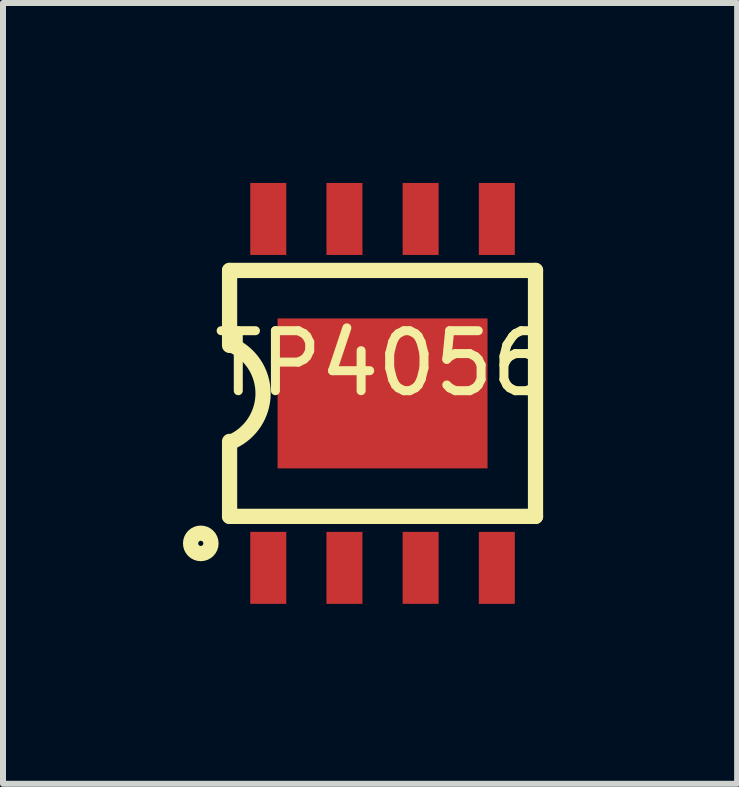
<source format=kicad_pcb>
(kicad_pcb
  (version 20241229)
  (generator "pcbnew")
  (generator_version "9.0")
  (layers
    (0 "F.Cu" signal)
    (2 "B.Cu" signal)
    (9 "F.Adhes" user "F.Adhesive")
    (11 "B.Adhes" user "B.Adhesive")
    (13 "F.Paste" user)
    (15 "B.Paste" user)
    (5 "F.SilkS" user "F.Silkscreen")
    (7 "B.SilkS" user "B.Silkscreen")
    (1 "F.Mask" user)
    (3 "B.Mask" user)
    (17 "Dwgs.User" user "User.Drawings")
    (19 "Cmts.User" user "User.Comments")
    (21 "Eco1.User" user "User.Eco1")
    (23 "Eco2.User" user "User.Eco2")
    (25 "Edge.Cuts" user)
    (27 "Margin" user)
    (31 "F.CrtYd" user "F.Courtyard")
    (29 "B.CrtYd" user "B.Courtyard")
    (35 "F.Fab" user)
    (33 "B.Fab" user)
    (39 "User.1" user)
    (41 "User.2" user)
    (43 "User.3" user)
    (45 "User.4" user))
  (footprint "TP4056"
    (layer "F.Cu")
    (at 3.327 3.508)
    (property "Reference" "TP4056" (at 0 -0.5 0) (unlocked yes) (layer "F.SilkS") (effects (font (size 1 1) (thickness 0.15))))
    (attr smd)
    (fp_line (start -2.55 -2.05) (end 2.55 -2.05) (stroke (width 0.254) (type solid)) (layer "F.SilkS"))
    (fp_line (start -2.55 -0.8) (end -2.55 -2.05) (stroke (width 0.254) (type solid)) (layer "F.SilkS"))
    (fp_line (start -2.55 0.8) (end -2.55 2.05) (stroke (width 0.254) (type solid)) (layer "F.SilkS"))
    (fp_line (start 2.55 -2.05) (end 2.55 2.05) (stroke (width 0.254) (type solid)) (layer "F.SilkS"))
    (fp_line (start 2.55 2.05) (end -2.55 2.05) (stroke (width 0.254) (type solid)) (layer "F.SilkS"))
    (fp_arc (start -2.5 -0.8) (mid -1.99147 -0.000219) (end -2.499604 0.799814) (stroke (width 0.254) (type solid)) (layer "F.SilkS"))
    (fp_circle (center -3.03 2.5) (end -2.86 2.5) (stroke (width 0.254) (type solid)) (fill no) (layer "F.SilkS"))
    (pad "1" smd rect (at -1.905 2.908) (size 0.6 1.2) (layers "F.Cu" "F.Mask" "F.Paste"))
    (pad "2" smd rect (at -0.635 2.908) (size 0.6 1.2) (layers "F.Cu" "F.Mask" "F.Paste"))
    (pad "3" smd rect (at 0.635 2.908) (size 0.6 1.2) (layers "F.Cu" "F.Mask" "F.Paste"))
    (pad "4" smd rect (at 1.905 2.908) (size 0.6 1.2) (layers "F.Cu" "F.Mask" "F.Paste"))
    (pad "5" smd rect (at 1.905 -2.908) (size 0.6 1.2) (layers "F.Cu" "F.Mask" "F.Paste"))
    (pad "6" smd rect (at 0.635 -2.908) (size 0.6 1.2) (layers "F.Cu" "F.Mask" "F.Paste"))
    (pad "7" smd rect (at -0.635 -2.908) (size 0.6 1.2) (layers "F.Cu" "F.Mask" "F.Paste"))
    (pad "8" smd rect (at -1.905 -2.908) (size 0.6 1.2) (layers "F.Cu" "F.Mask" "F.Paste"))
    (pad "9" smd rect (at 0 0 180) (size 3.5 2.5) (layers "F.Cu" "F.Mask" "F.Paste")))
  (gr_rect
    (start -3 -3)
    (end 9.238 10.016)
    (stroke (width 0.1) (type default))
    (fill no)
    (layer "Edge.Cuts")))
</source>
